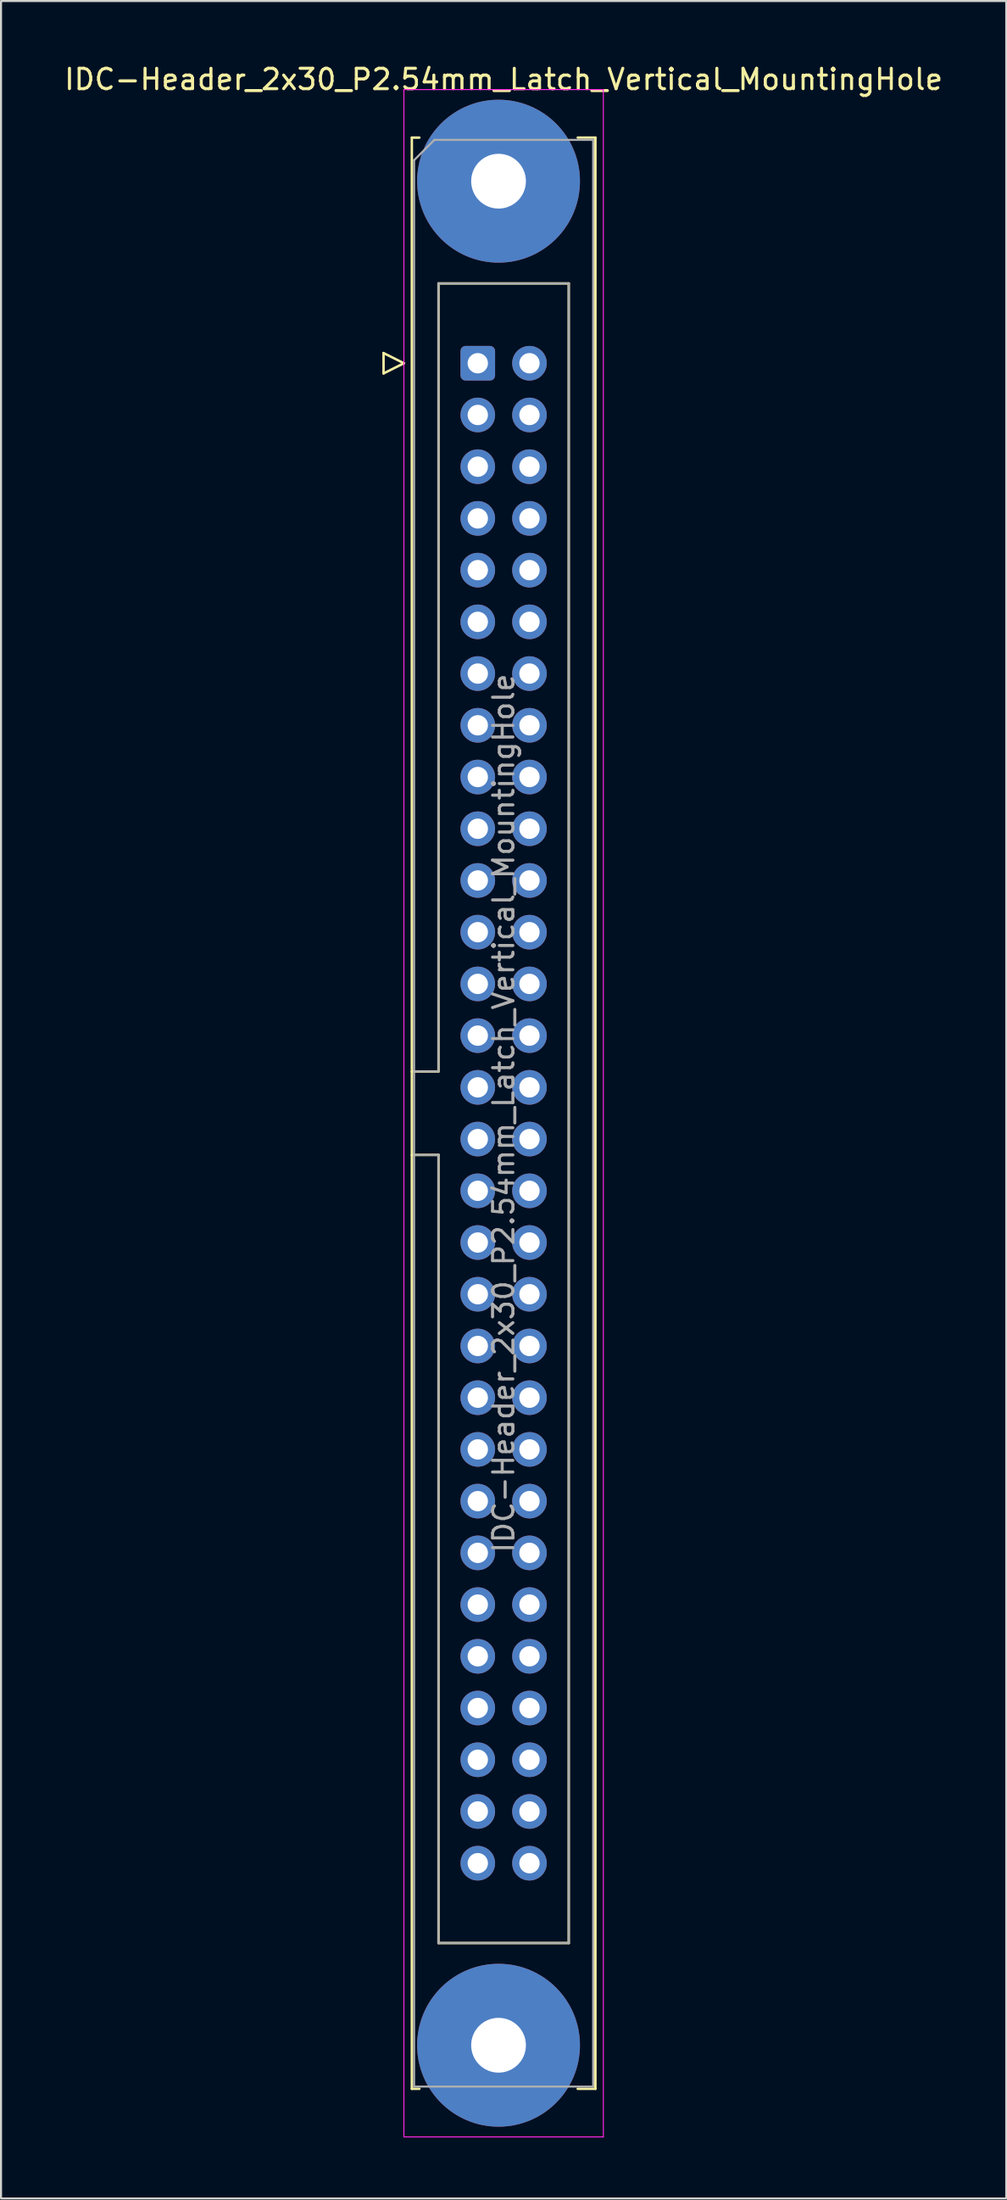
<source format=kicad_pcb>
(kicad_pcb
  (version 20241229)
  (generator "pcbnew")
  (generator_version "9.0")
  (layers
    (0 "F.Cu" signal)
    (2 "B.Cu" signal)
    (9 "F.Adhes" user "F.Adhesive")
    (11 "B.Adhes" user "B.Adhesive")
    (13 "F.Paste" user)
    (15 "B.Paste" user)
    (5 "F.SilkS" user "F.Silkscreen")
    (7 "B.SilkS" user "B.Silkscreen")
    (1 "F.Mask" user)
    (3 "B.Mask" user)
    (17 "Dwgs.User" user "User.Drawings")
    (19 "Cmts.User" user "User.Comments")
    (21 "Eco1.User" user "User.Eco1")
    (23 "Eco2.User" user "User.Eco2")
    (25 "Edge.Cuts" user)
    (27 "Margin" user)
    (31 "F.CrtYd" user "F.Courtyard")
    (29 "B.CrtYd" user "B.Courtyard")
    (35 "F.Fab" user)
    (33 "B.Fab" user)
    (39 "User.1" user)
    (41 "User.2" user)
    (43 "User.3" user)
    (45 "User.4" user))
  (footprint "IDC-Header_2x30_P2.54mm_Latch_Vertical_MountingHole"
    (layer "F.Cu")
    (at 20.426 14.788)
    (property "Reference" "IDC-Header_2x30_P2.54mm_Latch_Vertical_MountingHole" (at 1.27 -13.94 0) (layer "F.SilkS") (effects (font (size 1 1) (thickness 0.15))))
    (attr through_hole)
    (fp_line (start -4.63 -0.5) (end -4.63 0.5) (stroke (width 0.12) (type solid)) (layer "F.SilkS"))
    (fp_line (start -4.63 0.5) (end -3.63 0) (stroke (width 0.12) (type solid)) (layer "F.SilkS"))
    (fp_line (start -3.63 0) (end -4.63 -0.5) (stroke (width 0.12) (type solid)) (layer "F.SilkS"))
    (fp_line (start -3.24 -11.08) (end -3.24 84.74) (stroke (width 0.12) (type solid)) (layer "F.SilkS"))
    (fp_line (start -3.24 34.78) (end -1.93 34.78) (stroke (width 0.12) (type solid)) (layer "F.SilkS"))
    (fp_line (start -3.24 84.74) (end -2.87 84.74) (stroke (width 0.12) (type solid)) (layer "F.SilkS"))
    (fp_line (start -2.87 -11.08) (end -3.24 -11.08) (stroke (width 0.12) (type solid)) (layer "F.SilkS"))
    (fp_line (start -1.93 -3.92) (end 4.47 -3.92) (stroke (width 0.12) (type solid)) (layer "F.SilkS"))
    (fp_line (start -1.93 34.78) (end -1.93 -3.92) (stroke (width 0.12) (type solid)) (layer "F.SilkS"))
    (fp_line (start -1.93 38.88) (end -3.24 38.88) (stroke (width 0.12) (type solid)) (layer "F.SilkS"))
    (fp_line (start -1.93 38.88) (end -1.93 38.88) (stroke (width 0.12) (type solid)) (layer "F.SilkS"))
    (fp_line (start -1.93 77.58) (end -1.93 38.88) (stroke (width 0.12) (type solid)) (layer "F.SilkS"))
    (fp_line (start 4.47 -3.92) (end 4.47 77.58) (stroke (width 0.12) (type solid)) (layer "F.SilkS"))
    (fp_line (start 4.47 77.58) (end -1.93 77.58) (stroke (width 0.12) (type solid)) (layer "F.SilkS"))
    (fp_line (start 4.91 -11.08) (end 5.78 -11.08) (stroke (width 0.12) (type solid)) (layer "F.SilkS"))
    (fp_line (start 5.78 -11.08) (end 5.78 84.74) (stroke (width 0.12) (type solid)) (layer "F.SilkS"))
    (fp_line (start 5.78 84.74) (end 4.91 84.74) (stroke (width 0.12) (type solid)) (layer "F.SilkS"))
    (fp_line (start -3.63 -13.44) (end -3.63 87.1) (stroke (width 0.05) (type solid)) (layer "F.CrtYd"))
    (fp_line (start -3.63 87.1) (end 6.17 87.1) (stroke (width 0.05) (type solid)) (layer "F.CrtYd"))
    (fp_line (start 6.17 -13.44) (end -3.63 -13.44) (stroke (width 0.05) (type solid)) (layer "F.CrtYd"))
    (fp_line (start 6.17 87.1) (end 6.17 -13.44) (stroke (width 0.05) (type solid)) (layer "F.CrtYd"))
    (fp_line (start -3.13 -9.97) (end -2.13 -10.97) (stroke (width 0.1) (type solid)) (layer "F.Fab"))
    (fp_line (start -3.13 34.78) (end -1.93 34.78) (stroke (width 0.1) (type solid)) (layer "F.Fab"))
    (fp_line (start -3.13 84.63) (end -3.13 -9.97) (stroke (width 0.1) (type solid)) (layer "F.Fab"))
    (fp_line (start -2.13 -10.97) (end 5.67 -10.97) (stroke (width 0.1) (type solid)) (layer "F.Fab"))
    (fp_line (start -1.93 -3.92) (end 4.47 -3.92) (stroke (width 0.1) (type solid)) (layer "F.Fab"))
    (fp_line (start -1.93 34.78) (end -1.93 -3.92) (stroke (width 0.1) (type solid)) (layer "F.Fab"))
    (fp_line (start -1.93 38.88) (end -3.13 38.88) (stroke (width 0.1) (type solid)) (layer "F.Fab"))
    (fp_line (start -1.93 38.88) (end -1.93 38.88) (stroke (width 0.1) (type solid)) (layer "F.Fab"))
    (fp_line (start -1.93 77.58) (end -1.93 38.88) (stroke (width 0.1) (type solid)) (layer "F.Fab"))
    (fp_line (start 4.47 -3.92) (end 4.47 77.58) (stroke (width 0.1) (type solid)) (layer "F.Fab"))
    (fp_line (start 4.47 77.58) (end -1.93 77.58) (stroke (width 0.1) (type solid)) (layer "F.Fab"))
    (fp_line (start 5.67 -10.97) (end 5.67 84.63) (stroke (width 0.1) (type solid)) (layer "F.Fab"))
    (fp_line (start 5.67 84.63) (end -3.13 84.63) (stroke (width 0.1) (type solid)) (layer "F.Fab"))
    (fp_text user "${REFERENCE}" (at 1.27 36.83 90) (layer "F.Fab") (effects (font (size 1 1) (thickness 0.15))))
    (pad "" thru_hole circle (at 1.02 -8.94) (size 8 8) (drill 2.69) (layers "*.Cu" "*.Mask"))
    (pad "" thru_hole circle (at 1.02 82.6) (size 8 8) (drill 2.69) (layers "*.Cu" "*.Mask"))
    (pad "1" thru_hole roundrect (at 0 0) (size 1.7 1.7) (drill 1) (layers "*.Cu" "*.Mask") (roundrect_rratio 0.147))
    (pad "2" thru_hole circle (at 2.54 0) (size 1.7 1.7) (drill 1) (layers "*.Cu" "*.Mask"))
    (pad "3" thru_hole circle (at 0 2.54) (size 1.7 1.7) (drill 1) (layers "*.Cu" "*.Mask"))
    (pad "4" thru_hole circle (at 2.54 2.54) (size 1.7 1.7) (drill 1) (layers "*.Cu" "*.Mask"))
    (pad "5" thru_hole circle (at 0 5.08) (size 1.7 1.7) (drill 1) (layers "*.Cu" "*.Mask"))
    (pad "6" thru_hole circle (at 2.54 5.08) (size 1.7 1.7) (drill 1) (layers "*.Cu" "*.Mask"))
    (pad "7" thru_hole circle (at 0 7.62) (size 1.7 1.7) (drill 1) (layers "*.Cu" "*.Mask"))
    (pad "8" thru_hole circle (at 2.54 7.62) (size 1.7 1.7) (drill 1) (layers "*.Cu" "*.Mask"))
    (pad "9" thru_hole circle (at 0 10.16) (size 1.7 1.7) (drill 1) (layers "*.Cu" "*.Mask"))
    (pad "10" thru_hole circle (at 2.54 10.16) (size 1.7 1.7) (drill 1) (layers "*.Cu" "*.Mask"))
    (pad "11" thru_hole circle (at 0 12.7) (size 1.7 1.7) (drill 1) (layers "*.Cu" "*.Mask"))
    (pad "12" thru_hole circle (at 2.54 12.7) (size 1.7 1.7) (drill 1) (layers "*.Cu" "*.Mask"))
    (pad "13" thru_hole circle (at 0 15.24) (size 1.7 1.7) (drill 1) (layers "*.Cu" "*.Mask"))
    (pad "14" thru_hole circle (at 2.54 15.24) (size 1.7 1.7) (drill 1) (layers "*.Cu" "*.Mask"))
    (pad "15" thru_hole circle (at 0 17.78) (size 1.7 1.7) (drill 1) (layers "*.Cu" "*.Mask"))
    (pad "16" thru_hole circle (at 2.54 17.78) (size 1.7 1.7) (drill 1) (layers "*.Cu" "*.Mask"))
    (pad "17" thru_hole circle (at 0 20.32) (size 1.7 1.7) (drill 1) (layers "*.Cu" "*.Mask"))
    (pad "18" thru_hole circle (at 2.54 20.32) (size 1.7 1.7) (drill 1) (layers "*.Cu" "*.Mask"))
    (pad "19" thru_hole circle (at 0 22.86) (size 1.7 1.7) (drill 1) (layers "*.Cu" "*.Mask"))
    (pad "20" thru_hole circle (at 2.54 22.86) (size 1.7 1.7) (drill 1) (layers "*.Cu" "*.Mask"))
    (pad "21" thru_hole circle (at 0 25.4) (size 1.7 1.7) (drill 1) (layers "*.Cu" "*.Mask"))
    (pad "22" thru_hole circle (at 2.54 25.4) (size 1.7 1.7) (drill 1) (layers "*.Cu" "*.Mask"))
    (pad "23" thru_hole circle (at 0 27.94) (size 1.7 1.7) (drill 1) (layers "*.Cu" "*.Mask"))
    (pad "24" thru_hole circle (at 2.54 27.94) (size 1.7 1.7) (drill 1) (layers "*.Cu" "*.Mask"))
    (pad "25" thru_hole circle (at 0 30.48) (size 1.7 1.7) (drill 1) (layers "*.Cu" "*.Mask"))
    (pad "26" thru_hole circle (at 2.54 30.48) (size 1.7 1.7) (drill 1) (layers "*.Cu" "*.Mask"))
    (pad "27" thru_hole circle (at 0 33.02) (size 1.7 1.7) (drill 1) (layers "*.Cu" "*.Mask"))
    (pad "28" thru_hole circle (at 2.54 33.02) (size 1.7 1.7) (drill 1) (layers "*.Cu" "*.Mask"))
    (pad "29" thru_hole circle (at 0 35.56) (size 1.7 1.7) (drill 1) (layers "*.Cu" "*.Mask"))
    (pad "30" thru_hole circle (at 2.54 35.56) (size 1.7 1.7) (drill 1) (layers "*.Cu" "*.Mask"))
    (pad "31" thru_hole circle (at 0 38.1) (size 1.7 1.7) (drill 1) (layers "*.Cu" "*.Mask"))
    (pad "32" thru_hole circle (at 2.54 38.1) (size 1.7 1.7) (drill 1) (layers "*.Cu" "*.Mask"))
    (pad "33" thru_hole circle (at 0 40.64) (size 1.7 1.7) (drill 1) (layers "*.Cu" "*.Mask"))
    (pad "34" thru_hole circle (at 2.54 40.64) (size 1.7 1.7) (drill 1) (layers "*.Cu" "*.Mask"))
    (pad "35" thru_hole circle (at 0 43.18) (size 1.7 1.7) (drill 1) (layers "*.Cu" "*.Mask"))
    (pad "36" thru_hole circle (at 2.54 43.18) (size 1.7 1.7) (drill 1) (layers "*.Cu" "*.Mask"))
    (pad "37" thru_hole circle (at 0 45.72) (size 1.7 1.7) (drill 1) (layers "*.Cu" "*.Mask"))
    (pad "38" thru_hole circle (at 2.54 45.72) (size 1.7 1.7) (drill 1) (layers "*.Cu" "*.Mask"))
    (pad "39" thru_hole circle (at 0 48.26) (size 1.7 1.7) (drill 1) (layers "*.Cu" "*.Mask"))
    (pad "40" thru_hole circle (at 2.54 48.26) (size 1.7 1.7) (drill 1) (layers "*.Cu" "*.Mask"))
    (pad "41" thru_hole circle (at 0 50.8) (size 1.7 1.7) (drill 1) (layers "*.Cu" "*.Mask"))
    (pad "42" thru_hole circle (at 2.54 50.8) (size 1.7 1.7) (drill 1) (layers "*.Cu" "*.Mask"))
    (pad "43" thru_hole circle (at 0 53.34) (size 1.7 1.7) (drill 1) (layers "*.Cu" "*.Mask"))
    (pad "44" thru_hole circle (at 2.54 53.34) (size 1.7 1.7) (drill 1) (layers "*.Cu" "*.Mask"))
    (pad "45" thru_hole circle (at 0 55.88) (size 1.7 1.7) (drill 1) (layers "*.Cu" "*.Mask"))
    (pad "46" thru_hole circle (at 2.54 55.88) (size 1.7 1.7) (drill 1) (layers "*.Cu" "*.Mask"))
    (pad "47" thru_hole circle (at 0 58.42) (size 1.7 1.7) (drill 1) (layers "*.Cu" "*.Mask"))
    (pad "48" thru_hole circle (at 2.54 58.42) (size 1.7 1.7) (drill 1) (layers "*.Cu" "*.Mask"))
    (pad "49" thru_hole circle (at 0 60.96) (size 1.7 1.7) (drill 1) (layers "*.Cu" "*.Mask"))
    (pad "50" thru_hole circle (at 2.54 60.96) (size 1.7 1.7) (drill 1) (layers "*.Cu" "*.Mask"))
    (pad "51" thru_hole circle (at 0 63.5) (size 1.7 1.7) (drill 1) (layers "*.Cu" "*.Mask"))
    (pad "52" thru_hole circle (at 2.54 63.5) (size 1.7 1.7) (drill 1) (layers "*.Cu" "*.Mask"))
    (pad "53" thru_hole circle (at 0 66.04) (size 1.7 1.7) (drill 1) (layers "*.Cu" "*.Mask"))
    (pad "54" thru_hole circle (at 2.54 66.04) (size 1.7 1.7) (drill 1) (layers "*.Cu" "*.Mask"))
    (pad "55" thru_hole circle (at 0 68.58) (size 1.7 1.7) (drill 1) (layers "*.Cu" "*.Mask"))
    (pad "56" thru_hole circle (at 2.54 68.58) (size 1.7 1.7) (drill 1) (layers "*.Cu" "*.Mask"))
    (pad "57" thru_hole circle (at 0 71.12) (size 1.7 1.7) (drill 1) (layers "*.Cu" "*.Mask"))
    (pad "58" thru_hole circle (at 2.54 71.12) (size 1.7 1.7) (drill 1) (layers "*.Cu" "*.Mask"))
    (pad "59" thru_hole circle (at 0 73.66) (size 1.7 1.7) (drill 1) (layers "*.Cu" "*.Mask"))
    (pad "60" thru_hole circle (at 2.54 73.66) (size 1.7 1.7) (drill 1) (layers "*.Cu" "*.Mask")))
  (gr_rect
    (start -3 -3)
    (end 46.393 104.913)
    (stroke (width 0.1) (type default))
    (fill no)
    (layer "Edge.Cuts")))
</source>
